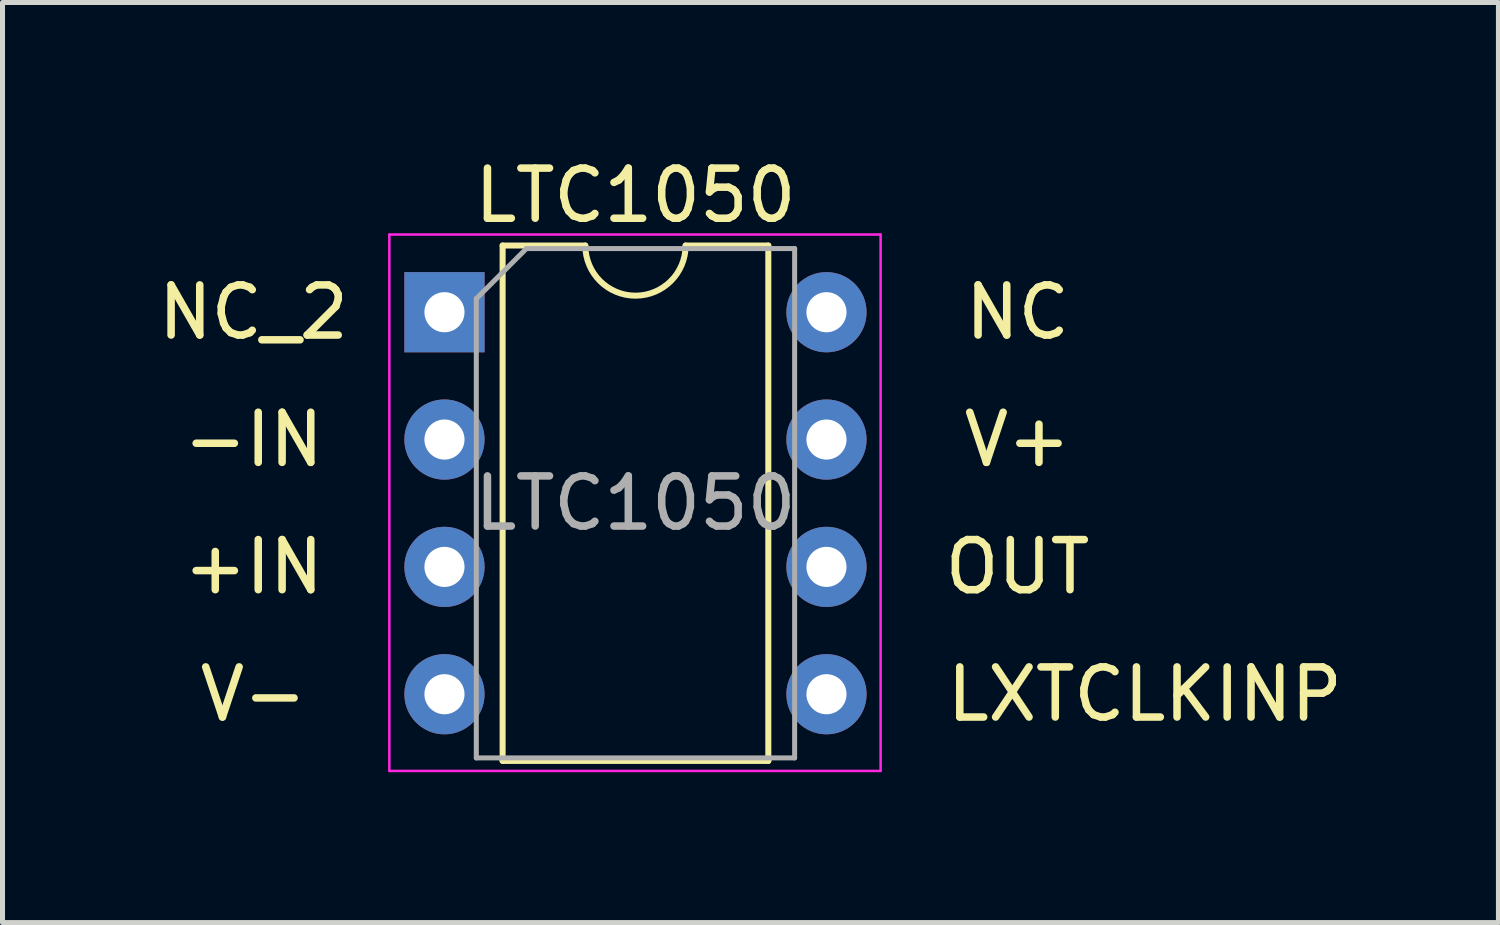
<source format=kicad_pcb>
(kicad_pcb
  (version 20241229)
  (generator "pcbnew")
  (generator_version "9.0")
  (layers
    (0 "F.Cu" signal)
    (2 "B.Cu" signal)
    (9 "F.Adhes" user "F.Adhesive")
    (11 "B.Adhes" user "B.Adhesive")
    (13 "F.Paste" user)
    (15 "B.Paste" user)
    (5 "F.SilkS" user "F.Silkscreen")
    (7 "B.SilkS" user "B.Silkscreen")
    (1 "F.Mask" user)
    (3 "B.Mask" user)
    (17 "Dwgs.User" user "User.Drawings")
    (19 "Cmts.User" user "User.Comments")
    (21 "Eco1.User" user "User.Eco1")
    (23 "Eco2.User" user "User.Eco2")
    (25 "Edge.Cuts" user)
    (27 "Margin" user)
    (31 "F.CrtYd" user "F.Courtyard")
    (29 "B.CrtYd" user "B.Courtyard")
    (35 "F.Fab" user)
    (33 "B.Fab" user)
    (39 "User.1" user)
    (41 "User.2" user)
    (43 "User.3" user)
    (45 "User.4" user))
  (footprint "LTC1050"
    (layer "F.Cu")
    (at 5.816 3.178)
    (property "Reference" "LTC1050" (at 3.81 -2.33 0) (layer "F.SilkS") (effects (font (size 1 1) (thickness 0.15))))
    (attr through_hole)
    (fp_line (start 1.16 -1.33) (end 1.16 8.95) (stroke (width 0.12) (type solid)) (layer "F.SilkS"))
    (fp_line (start 1.16 8.95) (end 6.46 8.95) (stroke (width 0.12) (type solid)) (layer "F.SilkS"))
    (fp_line (start 2.81 -1.33) (end 1.16 -1.33) (stroke (width 0.12) (type solid)) (layer "F.SilkS"))
    (fp_line (start 6.46 -1.33) (end 4.81 -1.33) (stroke (width 0.12) (type solid)) (layer "F.SilkS"))
    (fp_line (start 6.46 8.95) (end 6.46 -1.33) (stroke (width 0.12) (type solid)) (layer "F.SilkS"))
    (fp_arc (start 4.81 -1.33) (mid 3.81 -0.33) (end 2.81 -1.33) (stroke (width 0.12) (type solid)) (layer "F.SilkS"))
    (fp_line (start -1.1 -1.55) (end -1.1 9.15) (stroke (width 0.05) (type solid)) (layer "F.CrtYd"))
    (fp_line (start -1.1 9.15) (end 8.7 9.15) (stroke (width 0.05) (type solid)) (layer "F.CrtYd"))
    (fp_line (start 8.7 -1.55) (end -1.1 -1.55) (stroke (width 0.05) (type solid)) (layer "F.CrtYd"))
    (fp_line (start 8.7 9.15) (end 8.7 -1.55) (stroke (width 0.05) (type solid)) (layer "F.CrtYd"))
    (fp_line (start 0.635 -0.27) (end 1.635 -1.27) (stroke (width 0.1) (type solid)) (layer "F.Fab"))
    (fp_line (start 0.635 8.89) (end 0.635 -0.27) (stroke (width 0.1) (type solid)) (layer "F.Fab"))
    (fp_line (start 1.635 -1.27) (end 6.985 -1.27) (stroke (width 0.1) (type solid)) (layer "F.Fab"))
    (fp_line (start 6.985 -1.27) (end 6.985 8.89) (stroke (width 0.1) (type solid)) (layer "F.Fab"))
    (fp_line (start 6.985 8.89) (end 0.635 8.89) (stroke (width 0.1) (type solid)) (layer "F.Fab"))
    (fp_text user "V+" (at 11.43 2.54 0) (layer "F.SilkS") (effects (font (size 1 1) (thickness 0.15))))
    (fp_text user "NC" (at 11.43 0 0) (layer "F.SilkS") (effects (font (size 1 1) (thickness 0.15))))
    (fp_text user "NC_2" (at -3.81 0 0) (layer "F.SilkS") (effects (font (size 1 1) (thickness 0.15))))
    (fp_text user "+IN" (at -3.81 5.08 0) (layer "F.SilkS") (effects (font (size 1 1) (thickness 0.15))))
    (fp_text user "-IN" (at -3.81 2.54 0) (layer "F.SilkS") (effects (font (size 1 1) (thickness 0.15))))
    (fp_text user "OUT" (at 11.43 5.08 0) (layer "F.SilkS") (effects (font (size 1 1) (thickness 0.15))))
    (fp_text user "LXTCLKINP" (at 13.97 7.62 0) (layer "F.SilkS") (effects (font (size 1 1) (thickness 0.15))))
    (fp_text user "V-" (at -3.81 7.62 0) (layer "F.SilkS") (effects (font (size 1 1) (thickness 0.15))))
    (fp_text user "${REFERENCE}" (at 3.81 3.81 0) (layer "F.Fab") (effects (font (size 1 1) (thickness 0.15))))
    (pad "1" thru_hole rect (at 0 0) (size 1.6 1.6) (drill 0.8) (layers "*.Cu" "*.Mask"))
    (pad "2" thru_hole oval (at 0 2.54) (size 1.6 1.6) (drill 0.8) (layers "*.Cu" "*.Mask"))
    (pad "3" thru_hole oval (at 0 5.08) (size 1.6 1.6) (drill 0.8) (layers "*.Cu" "*.Mask"))
    (pad "4" thru_hole oval (at 0 7.62) (size 1.6 1.6) (drill 0.8) (layers "*.Cu" "*.Mask"))
    (pad "5" thru_hole oval (at 7.62 7.62) (size 1.6 1.6) (drill 0.8) (layers "*.Cu" "*.Mask"))
    (pad "6" thru_hole oval (at 7.62 5.08) (size 1.6 1.6) (drill 0.8) (layers "*.Cu" "*.Mask"))
    (pad "7" thru_hole oval (at 7.62 2.54) (size 1.6 1.6) (drill 0.8) (layers "*.Cu" "*.Mask"))
    (pad "8" thru_hole oval (at 7.62 0) (size 1.6 1.6) (drill 0.8) (layers "*.Cu" "*.Mask")))
  (gr_rect
    (start -3 -3)
    (end 26.84 15.353)
    (stroke (width 0.1) (type default))
    (fill no)
    (layer "Edge.Cuts")))
</source>
